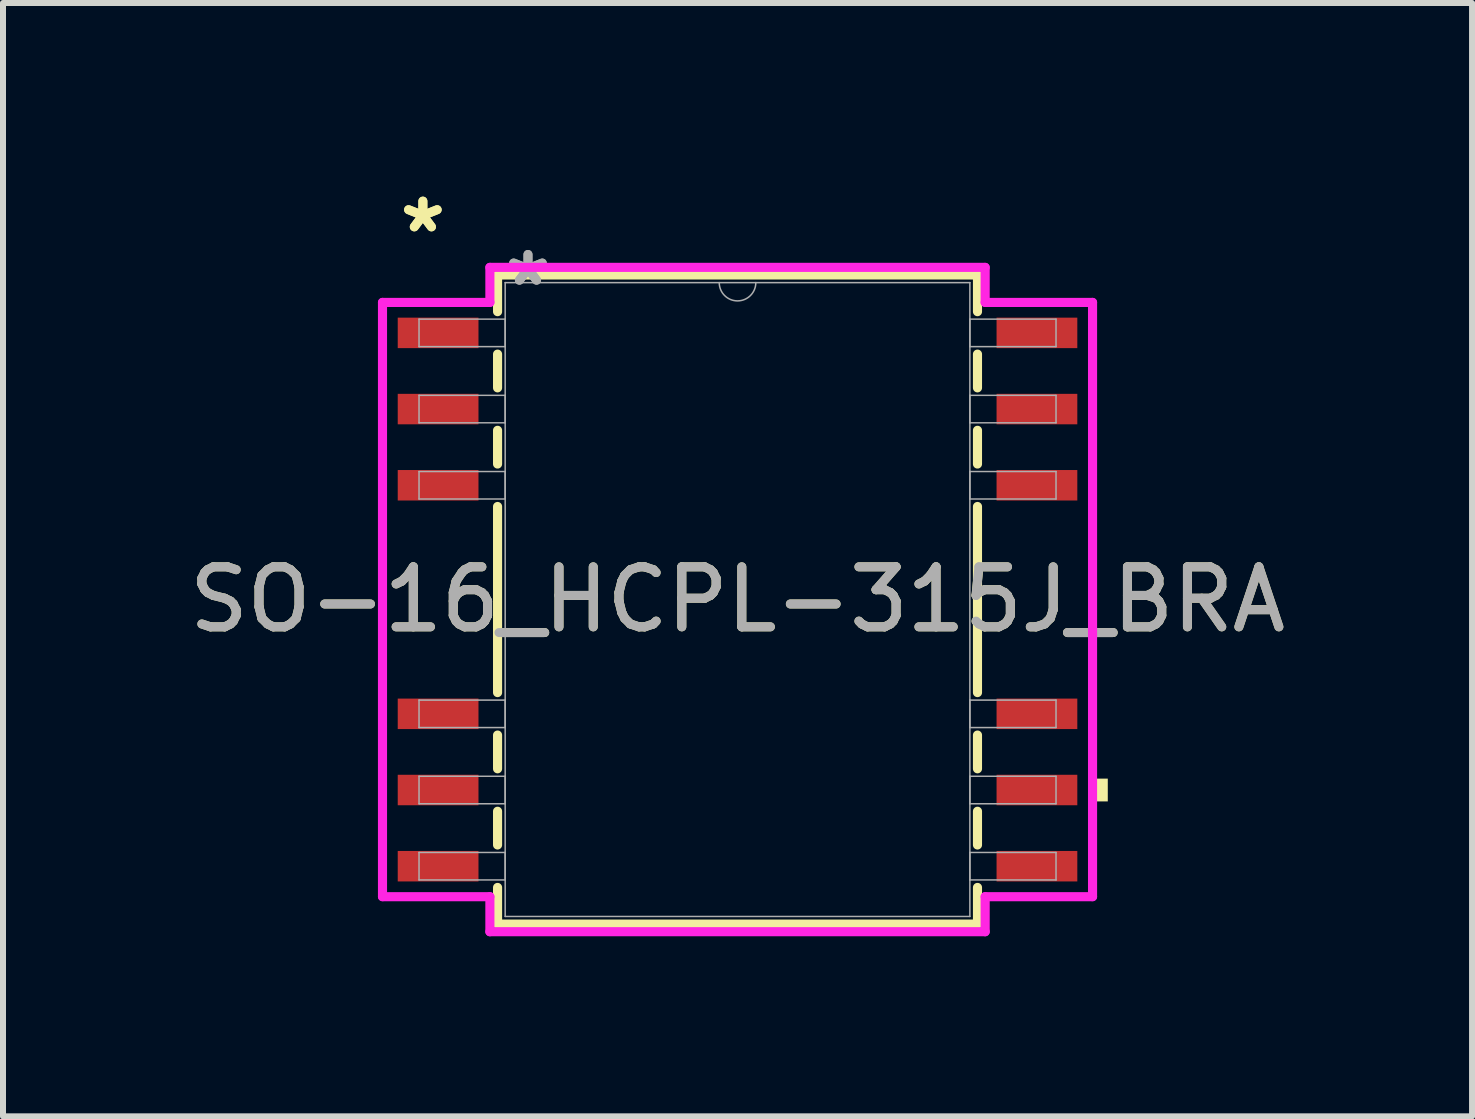
<source format=kicad_pcb>
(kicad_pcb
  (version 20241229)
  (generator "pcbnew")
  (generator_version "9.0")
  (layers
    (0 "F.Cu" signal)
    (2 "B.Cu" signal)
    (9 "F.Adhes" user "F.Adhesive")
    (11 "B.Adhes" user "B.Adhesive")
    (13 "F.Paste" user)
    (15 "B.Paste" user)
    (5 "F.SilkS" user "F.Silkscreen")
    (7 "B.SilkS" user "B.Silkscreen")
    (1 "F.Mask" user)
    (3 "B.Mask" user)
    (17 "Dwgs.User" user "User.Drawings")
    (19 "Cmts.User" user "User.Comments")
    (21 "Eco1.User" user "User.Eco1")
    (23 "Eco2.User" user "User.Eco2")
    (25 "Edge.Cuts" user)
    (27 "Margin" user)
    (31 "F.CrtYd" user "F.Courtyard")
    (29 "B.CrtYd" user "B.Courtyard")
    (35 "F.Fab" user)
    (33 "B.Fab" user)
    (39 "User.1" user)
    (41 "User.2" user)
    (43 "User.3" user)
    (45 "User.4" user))
  (footprint "SO-16_HCPL-315J_BRA"
    (layer "F.Cu")
    (at 9.244 6.944)
    (property "Reference" "SO-16_HCPL-315J_BRA" (at 0 0 0) (unlocked yes) (layer "F.SilkS") (effects (font (size 1 1) (thickness 0.15))))
    (attr smd)
    (fp_line (start -4 -5.41) (end -4 -4.799) (stroke (width 0.152) (type solid)) (layer "F.SilkS"))
    (fp_line (start -4 -4.091) (end -4 -3.529) (stroke (width 0.152) (type solid)) (layer "F.SilkS"))
    (fp_line (start -4 -2.821) (end -4 -2.259) (stroke (width 0.152) (type solid)) (layer "F.SilkS"))
    (fp_line (start -4 -1.551) (end -4 1.551) (stroke (width 0.152) (type solid)) (layer "F.SilkS"))
    (fp_line (start -4 2.259) (end -4 2.821) (stroke (width 0.152) (type solid)) (layer "F.SilkS"))
    (fp_line (start -4 3.529) (end -4 4.091) (stroke (width 0.152) (type solid)) (layer "F.SilkS"))
    (fp_line (start -4 4.799) (end -4 5.41) (stroke (width 0.152) (type solid)) (layer "F.SilkS"))
    (fp_line (start -4 5.41) (end 4 5.41) (stroke (width 0.152) (type solid)) (layer "F.SilkS"))
    (fp_line (start 4 -5.41) (end -4 -5.41) (stroke (width 0.152) (type solid)) (layer "F.SilkS"))
    (fp_line (start 4 -4.799) (end 4 -5.41) (stroke (width 0.152) (type solid)) (layer "F.SilkS"))
    (fp_line (start 4 -3.529) (end 4 -4.091) (stroke (width 0.152) (type solid)) (layer "F.SilkS"))
    (fp_line (start 4 -2.259) (end 4 -2.821) (stroke (width 0.152) (type solid)) (layer "F.SilkS"))
    (fp_line (start 4 1.551) (end 4 -1.551) (stroke (width 0.152) (type solid)) (layer "F.SilkS"))
    (fp_line (start 4 2.821) (end 4 2.259) (stroke (width 0.152) (type solid)) (layer "F.SilkS"))
    (fp_line (start 4 4.091) (end 4 3.529) (stroke (width 0.152) (type solid)) (layer "F.SilkS"))
    (fp_line (start 4 5.41) (end 4 4.799) (stroke (width 0.152) (type solid)) (layer "F.SilkS"))
    (fp_poly (pts (xy 6.172 2.985) (xy 6.172 3.365) (xy 5.918 3.365) (xy 5.918 2.985)) (stroke (width 0) (type solid)) (fill yes) (layer "F.SilkS"))
    (fp_line (start -5.918 -4.953) (end -4.128 -4.953) (stroke (width 0.152) (type solid)) (layer "F.CrtYd"))
    (fp_line (start -5.918 4.953) (end -5.918 -4.953) (stroke (width 0.152) (type solid)) (layer "F.CrtYd"))
    (fp_line (start -5.918 4.953) (end -4.128 4.953) (stroke (width 0.152) (type solid)) (layer "F.CrtYd"))
    (fp_line (start -4.128 -5.537) (end 4.128 -5.537) (stroke (width 0.152) (type solid)) (layer "F.CrtYd"))
    (fp_line (start -4.128 -4.953) (end -4.128 -5.537) (stroke (width 0.152) (type solid)) (layer "F.CrtYd"))
    (fp_line (start -4.128 5.537) (end -4.128 4.953) (stroke (width 0.152) (type solid)) (layer "F.CrtYd"))
    (fp_line (start 4.128 -5.537) (end 4.128 -4.953) (stroke (width 0.152) (type solid)) (layer "F.CrtYd"))
    (fp_line (start 4.128 4.953) (end 4.128 5.537) (stroke (width 0.152) (type solid)) (layer "F.CrtYd"))
    (fp_line (start 4.128 5.537) (end -4.128 5.537) (stroke (width 0.152) (type solid)) (layer "F.CrtYd"))
    (fp_line (start 5.918 -4.953) (end 4.128 -4.953) (stroke (width 0.152) (type solid)) (layer "F.CrtYd"))
    (fp_line (start 5.918 -4.953) (end 5.918 4.953) (stroke (width 0.152) (type solid)) (layer "F.CrtYd"))
    (fp_line (start 5.918 4.953) (end 4.128 4.953) (stroke (width 0.152) (type solid)) (layer "F.CrtYd"))
    (fp_line (start -5.309 -4.674) (end -5.309 -4.216) (stroke (width 0.025) (type solid)) (layer "F.Fab"))
    (fp_line (start -5.309 -4.216) (end -3.873 -4.216) (stroke (width 0.025) (type solid)) (layer "F.Fab"))
    (fp_line (start -5.309 -3.404) (end -5.309 -2.946) (stroke (width 0.025) (type solid)) (layer "F.Fab"))
    (fp_line (start -5.309 -2.946) (end -3.873 -2.946) (stroke (width 0.025) (type solid)) (layer "F.Fab"))
    (fp_line (start -5.309 -2.134) (end -5.309 -1.676) (stroke (width 0.025) (type solid)) (layer "F.Fab"))
    (fp_line (start -5.309 -1.676) (end -3.873 -1.676) (stroke (width 0.025) (type solid)) (layer "F.Fab"))
    (fp_line (start -5.309 1.676) (end -5.309 2.134) (stroke (width 0.025) (type solid)) (layer "F.Fab"))
    (fp_line (start -5.309 2.134) (end -3.873 2.134) (stroke (width 0.025) (type solid)) (layer "F.Fab"))
    (fp_line (start -5.309 2.946) (end -5.309 3.404) (stroke (width 0.025) (type solid)) (layer "F.Fab"))
    (fp_line (start -5.309 3.404) (end -3.873 3.404) (stroke (width 0.025) (type solid)) (layer "F.Fab"))
    (fp_line (start -5.309 4.216) (end -5.309 4.674) (stroke (width 0.025) (type solid)) (layer "F.Fab"))
    (fp_line (start -5.309 4.674) (end -3.873 4.674) (stroke (width 0.025) (type solid)) (layer "F.Fab"))
    (fp_line (start -3.873 -5.283) (end -3.873 5.283) (stroke (width 0.025) (type solid)) (layer "F.Fab"))
    (fp_line (start -3.873 -4.674) (end -5.309 -4.674) (stroke (width 0.025) (type solid)) (layer "F.Fab"))
    (fp_line (start -3.873 -4.216) (end -3.873 -4.674) (stroke (width 0.025) (type solid)) (layer "F.Fab"))
    (fp_line (start -3.873 -3.404) (end -5.309 -3.404) (stroke (width 0.025) (type solid)) (layer "F.Fab"))
    (fp_line (start -3.873 -2.946) (end -3.873 -3.404) (stroke (width 0.025) (type solid)) (layer "F.Fab"))
    (fp_line (start -3.873 -2.134) (end -5.309 -2.134) (stroke (width 0.025) (type solid)) (layer "F.Fab"))
    (fp_line (start -3.873 -1.676) (end -3.873 -2.134) (stroke (width 0.025) (type solid)) (layer "F.Fab"))
    (fp_line (start -3.873 1.676) (end -5.309 1.676) (stroke (width 0.025) (type solid)) (layer "F.Fab"))
    (fp_line (start -3.873 2.134) (end -3.873 1.676) (stroke (width 0.025) (type solid)) (layer "F.Fab"))
    (fp_line (start -3.873 2.946) (end -5.309 2.946) (stroke (width 0.025) (type solid)) (layer "F.Fab"))
    (fp_line (start -3.873 3.404) (end -3.873 2.946) (stroke (width 0.025) (type solid)) (layer "F.Fab"))
    (fp_line (start -3.873 4.216) (end -5.309 4.216) (stroke (width 0.025) (type solid)) (layer "F.Fab"))
    (fp_line (start -3.873 4.674) (end -3.873 4.216) (stroke (width 0.025) (type solid)) (layer "F.Fab"))
    (fp_line (start -3.873 5.283) (end 3.873 5.283) (stroke (width 0.025) (type solid)) (layer "F.Fab"))
    (fp_line (start 3.873 -5.283) (end -3.873 -5.283) (stroke (width 0.025) (type solid)) (layer "F.Fab"))
    (fp_line (start 3.873 -4.674) (end 3.873 -4.216) (stroke (width 0.025) (type solid)) (layer "F.Fab"))
    (fp_line (start 3.873 -4.216) (end 5.309 -4.216) (stroke (width 0.025) (type solid)) (layer "F.Fab"))
    (fp_line (start 3.873 -3.404) (end 3.873 -2.946) (stroke (width 0.025) (type solid)) (layer "F.Fab"))
    (fp_line (start 3.873 -2.946) (end 5.309 -2.946) (stroke (width 0.025) (type solid)) (layer "F.Fab"))
    (fp_line (start 3.873 -2.134) (end 3.873 -1.676) (stroke (width 0.025) (type solid)) (layer "F.Fab"))
    (fp_line (start 3.873 -1.676) (end 5.309 -1.676) (stroke (width 0.025) (type solid)) (layer "F.Fab"))
    (fp_line (start 3.873 1.676) (end 3.873 2.134) (stroke (width 0.025) (type solid)) (layer "F.Fab"))
    (fp_line (start 3.873 2.134) (end 5.309 2.134) (stroke (width 0.025) (type solid)) (layer "F.Fab"))
    (fp_line (start 3.873 2.946) (end 3.873 3.404) (stroke (width 0.025) (type solid)) (layer "F.Fab"))
    (fp_line (start 3.873 3.404) (end 5.309 3.404) (stroke (width 0.025) (type solid)) (layer "F.Fab"))
    (fp_line (start 3.873 4.216) (end 3.873 4.674) (stroke (width 0.025) (type solid)) (layer "F.Fab"))
    (fp_line (start 3.873 4.674) (end 5.309 4.674) (stroke (width 0.025) (type solid)) (layer "F.Fab"))
    (fp_line (start 3.873 5.283) (end 3.873 -5.283) (stroke (width 0.025) (type solid)) (layer "F.Fab"))
    (fp_line (start 5.309 -4.674) (end 3.873 -4.674) (stroke (width 0.025) (type solid)) (layer "F.Fab"))
    (fp_line (start 5.309 -4.216) (end 5.309 -4.674) (stroke (width 0.025) (type solid)) (layer "F.Fab"))
    (fp_line (start 5.309 -3.404) (end 3.873 -3.404) (stroke (width 0.025) (type solid)) (layer "F.Fab"))
    (fp_line (start 5.309 -2.946) (end 5.309 -3.404) (stroke (width 0.025) (type solid)) (layer "F.Fab"))
    (fp_line (start 5.309 -2.134) (end 3.873 -2.134) (stroke (width 0.025) (type solid)) (layer "F.Fab"))
    (fp_line (start 5.309 -1.676) (end 5.309 -2.134) (stroke (width 0.025) (type solid)) (layer "F.Fab"))
    (fp_line (start 5.309 1.676) (end 3.873 1.676) (stroke (width 0.025) (type solid)) (layer "F.Fab"))
    (fp_line (start 5.309 2.134) (end 5.309 1.676) (stroke (width 0.025) (type solid)) (layer "F.Fab"))
    (fp_line (start 5.309 2.946) (end 3.873 2.946) (stroke (width 0.025) (type solid)) (layer "F.Fab"))
    (fp_line (start 5.309 3.404) (end 5.309 2.946) (stroke (width 0.025) (type solid)) (layer "F.Fab"))
    (fp_line (start 5.309 4.216) (end 3.873 4.216) (stroke (width 0.025) (type solid)) (layer "F.Fab"))
    (fp_line (start 5.309 4.674) (end 5.309 4.216) (stroke (width 0.025) (type solid)) (layer "F.Fab"))
    (fp_arc (start 0.3048 -5.2832) (mid 0 -4.9784) (end -0.3048 -5.2832) (stroke (width 0.0254) (type solid)) (layer "F.Fab"))
    (fp_text user "*" (at -5.245 -6.096 0) (unlocked yes) (layer "F.SilkS") (effects (font (size 1 1) (thickness 0.15))))
    (fp_text user "*" (at -5.245 -6.096 0) (layer "F.SilkS") (effects (font (size 1 1) (thickness 0.15))))
    (fp_text user "${REFERENCE}" (at 0 0 0) (unlocked yes) (layer "F.Fab") (effects (font (size 1 1) (thickness 0.15))))
    (fp_text user "*" (at -3.493 -5.207 0) (layer "F.Fab") (effects (font (size 1 1) (thickness 0.15))))
    (fp_text user "*" (at -3.493 -5.207 0) (unlocked yes) (layer "F.Fab") (effects (font (size 1 1) (thickness 0.15))))
    (pad "1" smd rect (at -4.991 -4.445) (size 1.346 0.508) (layers "F.Cu" "F.Mask" "F.Paste"))
    (pad "2" smd rect (at -4.991 -3.175) (size 1.346 0.508) (layers "F.Cu" "F.Mask" "F.Paste"))
    (pad "3" smd rect (at -4.991 -1.905) (size 1.346 0.508) (layers "F.Cu" "F.Mask" "F.Paste"))
    (pad "6" smd rect (at -4.991 1.905) (size 1.346 0.508) (layers "F.Cu" "F.Mask" "F.Paste"))
    (pad "7" smd rect (at -4.991 3.175) (size 1.346 0.508) (layers "F.Cu" "F.Mask" "F.Paste"))
    (pad "8" smd rect (at -4.991 4.445) (size 1.346 0.508) (layers "F.Cu" "F.Mask" "F.Paste"))
    (pad "9" smd rect (at 4.991 4.445) (size 1.346 0.508) (layers "F.Cu" "F.Mask" "F.Paste"))
    (pad "10" smd rect (at 4.991 3.175) (size 1.346 0.508) (layers "F.Cu" "F.Mask" "F.Paste"))
    (pad "11" smd rect (at 4.991 1.905) (size 1.346 0.508) (layers "F.Cu" "F.Mask" "F.Paste"))
    (pad "14" smd rect (at 4.991 -1.905) (size 1.346 0.508) (layers "F.Cu" "F.Mask" "F.Paste"))
    (pad "15" smd rect (at 4.991 -3.175) (size 1.346 0.508) (layers "F.Cu" "F.Mask" "F.Paste"))
    (pad "16" smd rect (at 4.991 -4.445) (size 1.346 0.508) (layers "F.Cu" "F.Mask" "F.Paste")))
  (gr_rect
    (start -3 -3)
    (end 21.488 15.558)
    (stroke (width 0.1) (type default))
    (fill no)
    (layer "Edge.Cuts")))
</source>
